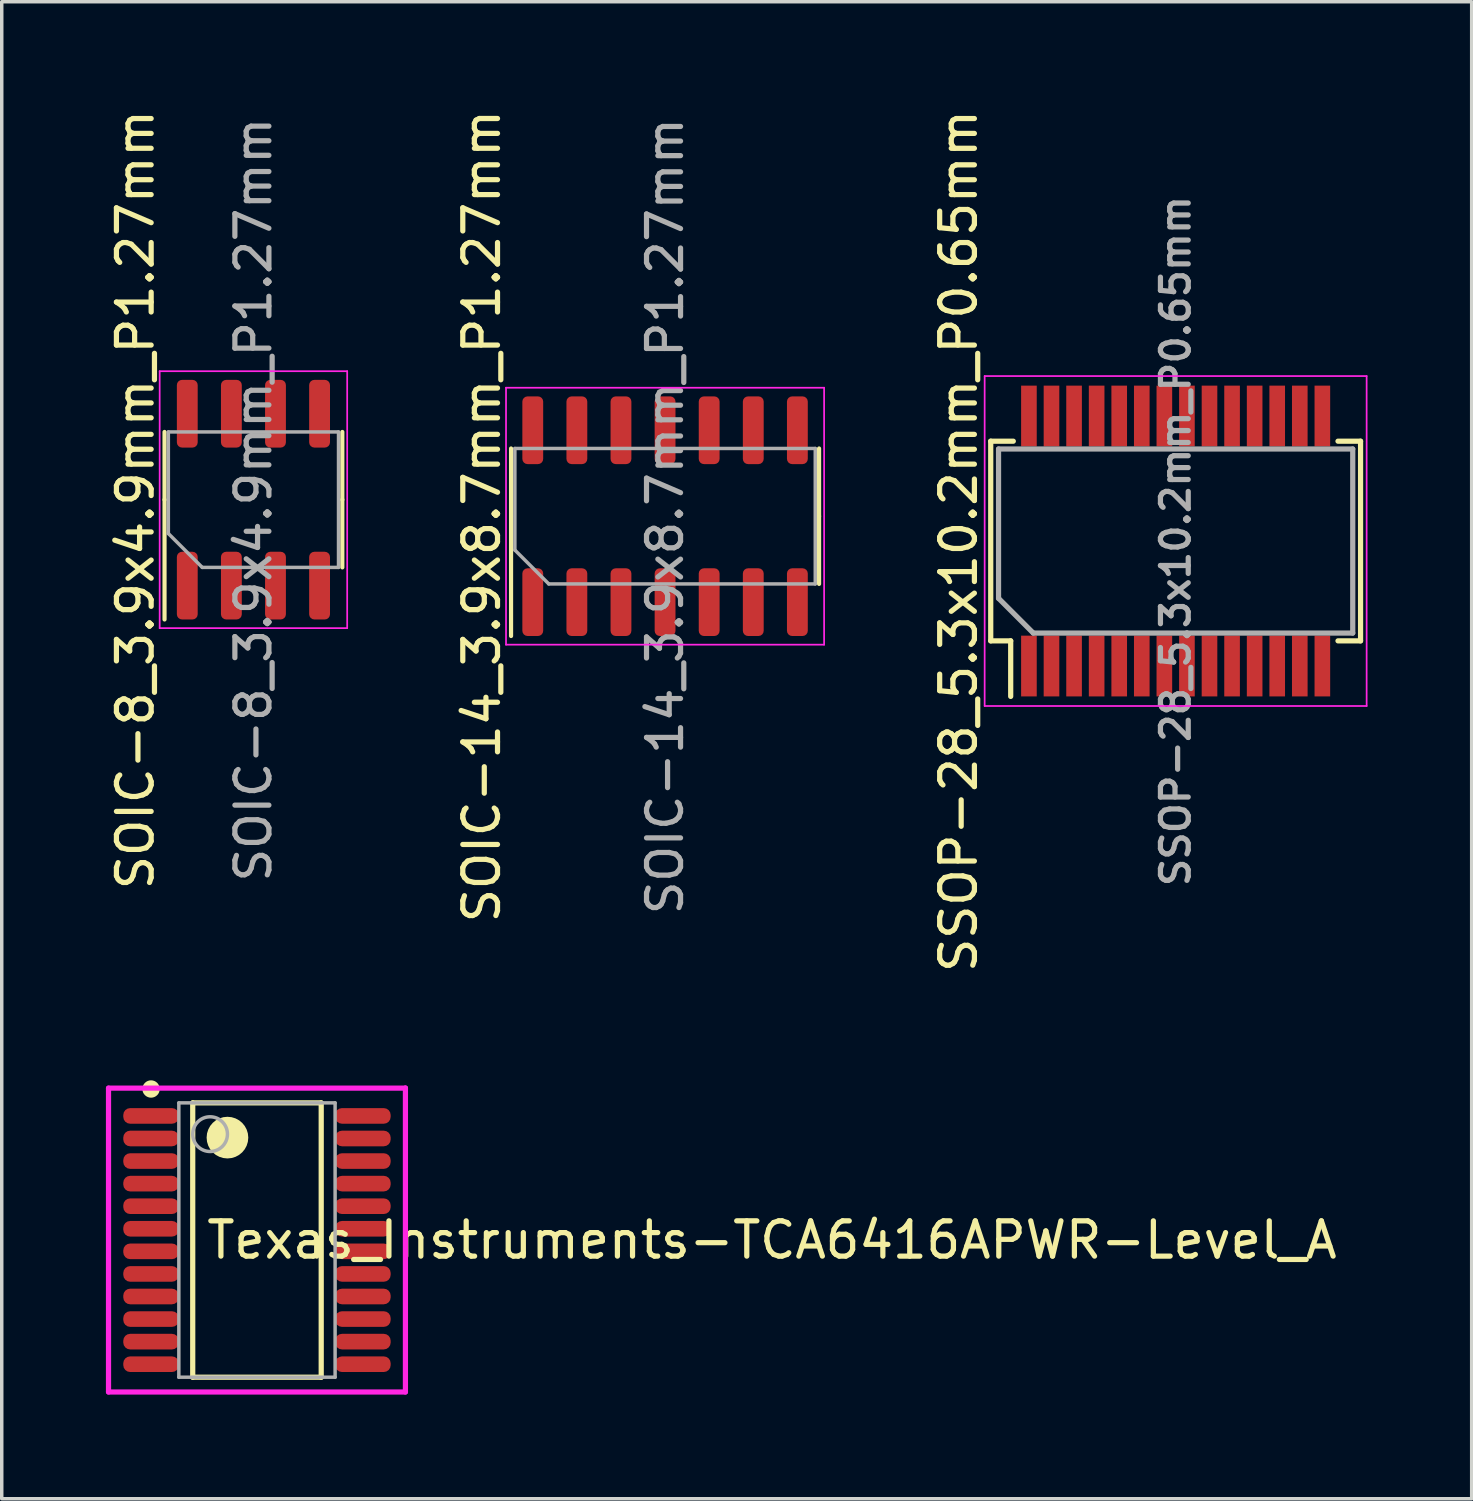
<source format=kicad_pcb>
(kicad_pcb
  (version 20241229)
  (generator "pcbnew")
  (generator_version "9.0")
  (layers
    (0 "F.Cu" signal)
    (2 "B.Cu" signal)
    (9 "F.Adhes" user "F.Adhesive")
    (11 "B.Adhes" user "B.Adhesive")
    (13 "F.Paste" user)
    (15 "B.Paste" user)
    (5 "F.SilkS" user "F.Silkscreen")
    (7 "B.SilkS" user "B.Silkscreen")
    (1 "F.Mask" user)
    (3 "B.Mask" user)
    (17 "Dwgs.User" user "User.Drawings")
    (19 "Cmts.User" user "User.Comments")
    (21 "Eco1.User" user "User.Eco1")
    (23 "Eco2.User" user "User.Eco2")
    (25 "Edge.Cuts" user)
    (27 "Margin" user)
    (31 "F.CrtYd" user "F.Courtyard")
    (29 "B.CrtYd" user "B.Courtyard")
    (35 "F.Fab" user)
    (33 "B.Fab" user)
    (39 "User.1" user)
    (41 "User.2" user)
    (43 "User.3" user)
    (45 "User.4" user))
  (footprint "Texas_Instruments-TCA6416APWR-Level_A"
    (layer "F.Cu")
    (at 4.35 32.66)
    (property "Reference" "Texas_Instruments-TCA6416APWR-Level_A" (at -1.524 0 0) (layer "F.SilkS") (effects (font (size 1.016 1.016) (thickness 0.15)) (justify left)))
    (attr through_hole)
    (fp_line (start -1.85 -3.95) (end 1.85 -3.95) (stroke (width 0.15) (type solid)) (layer "F.SilkS"))
    (fp_line (start -1.85 3.95) (end -1.85 -3.95) (stroke (width 0.15) (type solid)) (layer "F.SilkS"))
    (fp_line (start -1.85 3.95) (end 1.85 3.95) (stroke (width 0.15) (type solid)) (layer "F.SilkS"))
    (fp_line (start 1.85 3.95) (end 1.85 -3.95) (stroke (width 0.15) (type solid)) (layer "F.SilkS"))
    (fp_circle (center -3.05 -4.35) (end -2.925 -4.35) (stroke (width 0.25) (type solid)) (fill no) (layer "F.SilkS"))
    (fp_circle (center -0.85 -2.95) (end -0.55 -2.95) (stroke (width 0.6) (type solid)) (fill no) (layer "F.SilkS"))
    (fp_line (start -4.275 -4.375) (end -4.275 4.375) (stroke (width 0.15) (type solid)) (layer "F.CrtYd"))
    (fp_line (start -4.275 4.375) (end 4.275 4.375) (stroke (width 0.15) (type solid)) (layer "F.CrtYd"))
    (fp_line (start 4.275 -4.375) (end -4.275 -4.375) (stroke (width 0.15) (type solid)) (layer "F.CrtYd"))
    (fp_line (start 4.275 -4.375) (end 4.275 -4.375) (stroke (width 0.15) (type solid)) (layer "F.CrtYd"))
    (fp_line (start 4.275 4.375) (end 4.275 -4.375) (stroke (width 0.15) (type solid)) (layer "F.CrtYd"))
    (fp_line (start -2.25 -3.95) (end 2.25 -3.95) (stroke (width 0.1) (type solid)) (layer "F.Fab"))
    (fp_line (start -2.25 3.95) (end -2.25 -3.95) (stroke (width 0.1) (type solid)) (layer "F.Fab"))
    (fp_line (start -2.25 3.95) (end 2.25 3.95) (stroke (width 0.1) (type solid)) (layer "F.Fab"))
    (fp_line (start 2.25 3.95) (end 2.25 -3.95) (stroke (width 0.1) (type solid)) (layer "F.Fab"))
    (fp_circle (center -1.35 -3.05) (end -0.85 -3.05) (stroke (width 0.1) (type solid)) (fill no) (layer "F.Fab"))
    (pad "1" smd roundrect (at -3.05 -3.575 270) (size 0.45 1.6) (layers "F.Cu" "F.Mask" "F.Paste") (roundrect_rratio 0.44))
    (pad "2" smd roundrect (at -3.05 -2.925 270) (size 0.45 1.6) (layers "F.Cu" "F.Mask" "F.Paste") (roundrect_rratio 0.44))
    (pad "3" smd roundrect (at -3.05 -2.275 270) (size 0.45 1.6) (layers "F.Cu" "F.Mask" "F.Paste") (roundrect_rratio 0.44))
    (pad "4" smd roundrect (at -3.05 -1.625 270) (size 0.45 1.6) (layers "F.Cu" "F.Mask" "F.Paste") (roundrect_rratio 0.44))
    (pad "5" smd roundrect (at -3.05 -0.975 270) (size 0.45 1.6) (layers "F.Cu" "F.Mask" "F.Paste") (roundrect_rratio 0.44))
    (pad "6" smd roundrect (at -3.05 -0.325 270) (size 0.45 1.6) (layers "F.Cu" "F.Mask" "F.Paste") (roundrect_rratio 0.44))
    (pad "7" smd roundrect (at -3.05 0.325 270) (size 0.45 1.6) (layers "F.Cu" "F.Mask" "F.Paste") (roundrect_rratio 0.44))
    (pad "8" smd roundrect (at -3.05 0.975 270) (size 0.45 1.6) (layers "F.Cu" "F.Mask" "F.Paste") (roundrect_rratio 0.44))
    (pad "9" smd roundrect (at -3.05 1.625 270) (size 0.45 1.6) (layers "F.Cu" "F.Mask" "F.Paste") (roundrect_rratio 0.44))
    (pad "10" smd roundrect (at -3.05 2.275 270) (size 0.45 1.6) (layers "F.Cu" "F.Mask" "F.Paste") (roundrect_rratio 0.44))
    (pad "11" smd roundrect (at -3.05 2.925 270) (size 0.45 1.6) (layers "F.Cu" "F.Mask" "F.Paste") (roundrect_rratio 0.44))
    (pad "12" smd roundrect (at -3.05 3.575 270) (size 0.45 1.6) (layers "F.Cu" "F.Mask" "F.Paste") (roundrect_rratio 0.44))
    (pad "13" smd roundrect (at 3.05 3.575 270) (size 0.45 1.6) (layers "F.Cu" "F.Mask" "F.Paste") (roundrect_rratio 0.44))
    (pad "14" smd roundrect (at 3.05 2.925 270) (size 0.45 1.6) (layers "F.Cu" "F.Mask" "F.Paste") (roundrect_rratio 0.44))
    (pad "15" smd roundrect (at 3.05 2.275 270) (size 0.45 1.6) (layers "F.Cu" "F.Mask" "F.Paste") (roundrect_rratio 0.44))
    (pad "16" smd roundrect (at 3.05 1.625 270) (size 0.45 1.6) (layers "F.Cu" "F.Mask" "F.Paste") (roundrect_rratio 0.44))
    (pad "17" smd roundrect (at 3.05 0.975 270) (size 0.45 1.6) (layers "F.Cu" "F.Mask" "F.Paste") (roundrect_rratio 0.44))
    (pad "18" smd roundrect (at 3.05 0.325 270) (size 0.45 1.6) (layers "F.Cu" "F.Mask" "F.Paste") (roundrect_rratio 0.44))
    (pad "19" smd roundrect (at 3.05 -0.325 270) (size 0.45 1.6) (layers "F.Cu" "F.Mask" "F.Paste") (roundrect_rratio 0.44))
    (pad "20" smd roundrect (at 3.05 -0.975 270) (size 0.45 1.6) (layers "F.Cu" "F.Mask" "F.Paste") (roundrect_rratio 0.44))
    (pad "21" smd roundrect (at 3.05 -1.625 270) (size 0.45 1.6) (layers "F.Cu" "F.Mask" "F.Paste") (roundrect_rratio 0.44))
    (pad "22" smd roundrect (at 3.05 -2.275 270) (size 0.45 1.6) (layers "F.Cu" "F.Mask" "F.Paste") (roundrect_rratio 0.44))
    (pad "23" smd roundrect (at 3.05 -2.925 270) (size 0.45 1.6) (layers "F.Cu" "F.Mask" "F.Paste") (roundrect_rratio 0.44))
    (pad "24" smd roundrect (at 3.05 -3.575 270) (size 0.45 1.6) (layers "F.Cu" "F.Mask" "F.Paste") (roundrect_rratio 0.44)))
  (footprint "SOIC-8_3.9x4.9mm_P1.27mm"
    (layer "F.Cu")
    (at 4.248 11.339)
    (property "Reference" "SOIC-8_3.9x4.9mm_P1.27mm" (at -3.4 0 90) (layer "F.SilkS") (effects (font (size 1 1) (thickness 0.15))))
    (attr smd)
    (fp_line (start -2.56 0) (end -2.56 -1.95) (stroke (width 0.12) (type solid)) (layer "F.SilkS"))
    (fp_line (start -2.56 0) (end -2.56 3.45) (stroke (width 0.12) (type solid)) (layer "F.SilkS"))
    (fp_line (start 2.56 0) (end 2.56 -1.95) (stroke (width 0.12) (type solid)) (layer "F.SilkS"))
    (fp_line (start 2.56 0) (end 2.56 1.95) (stroke (width 0.12) (type solid)) (layer "F.SilkS"))
    (fp_line (start -2.7 -3.7) (end -2.7 3.7) (stroke (width 0.05) (type solid)) (layer "F.CrtYd"))
    (fp_line (start -2.7 3.7) (end 2.7 3.7) (stroke (width 0.05) (type solid)) (layer "F.CrtYd"))
    (fp_line (start 2.7 -3.7) (end -2.7 -3.7) (stroke (width 0.05) (type solid)) (layer "F.CrtYd"))
    (fp_line (start 2.7 3.7) (end 2.7 -3.7) (stroke (width 0.05) (type solid)) (layer "F.CrtYd"))
    (fp_line (start -2.45 -1.95) (end 2.45 -1.95) (stroke (width 0.1) (type solid)) (layer "F.Fab"))
    (fp_line (start -2.45 0.975) (end -2.45 -1.95) (stroke (width 0.1) (type solid)) (layer "F.Fab"))
    (fp_line (start -1.475 1.95) (end -2.45 0.975) (stroke (width 0.1) (type solid)) (layer "F.Fab"))
    (fp_line (start 2.45 -1.95) (end 2.45 1.95) (stroke (width 0.1) (type solid)) (layer "F.Fab"))
    (fp_line (start 2.45 1.95) (end -1.475 1.95) (stroke (width 0.1) (type solid)) (layer "F.Fab"))
    (fp_text user "${REFERENCE}" (at 0 0 90) (layer "F.Fab") (effects (font (size 0.98 0.98) (thickness 0.15))))
    (pad "1" smd roundrect (at -1.905 2.475 90) (size 1.95 0.6) (layers "F.Cu" "F.Mask" "F.Paste") (roundrect_rratio 0.25))
    (pad "2" smd roundrect (at -0.635 2.475 90) (size 1.95 0.6) (layers "F.Cu" "F.Mask" "F.Paste") (roundrect_rratio 0.25))
    (pad "3" smd roundrect (at 0.635 2.475 90) (size 1.95 0.6) (layers "F.Cu" "F.Mask" "F.Paste") (roundrect_rratio 0.25))
    (pad "4" smd roundrect (at 1.905 2.475 90) (size 1.95 0.6) (layers "F.Cu" "F.Mask" "F.Paste") (roundrect_rratio 0.25))
    (pad "5" smd roundrect (at 1.905 -2.475 90) (size 1.95 0.6) (layers "F.Cu" "F.Mask" "F.Paste") (roundrect_rratio 0.25))
    (pad "6" smd roundrect (at 0.635 -2.475 90) (size 1.95 0.6) (layers "F.Cu" "F.Mask" "F.Paste") (roundrect_rratio 0.25))
    (pad "7" smd roundrect (at -0.635 -2.475 90) (size 1.95 0.6) (layers "F.Cu" "F.Mask" "F.Paste") (roundrect_rratio 0.25))
    (pad "8" smd roundrect (at -1.905 -2.475 90) (size 1.95 0.6) (layers "F.Cu" "F.Mask" "F.Paste") (roundrect_rratio 0.25)))
  (footprint "SOIC-14_3.9x8.7mm_P1.27mm"
    (layer "F.Cu")
    (at 16.102 11.815)
    (property "Reference" "SOIC-14_3.9x8.7mm_P1.27mm" (at -5.28 0 90) (layer "F.SilkS") (effects (font (size 1 1) (thickness 0.15))))
    (attr smd)
    (fp_line (start -4.435 0) (end -4.435 -1.95) (stroke (width 0.12) (type solid)) (layer "F.SilkS"))
    (fp_line (start -4.435 0) (end -4.435 3.45) (stroke (width 0.12) (type solid)) (layer "F.SilkS"))
    (fp_line (start 4.435 0) (end 4.435 -1.95) (stroke (width 0.12) (type solid)) (layer "F.SilkS"))
    (fp_line (start 4.435 0) (end 4.435 1.95) (stroke (width 0.12) (type solid)) (layer "F.SilkS"))
    (fp_line (start -4.58 -3.7) (end -4.58 3.7) (stroke (width 0.05) (type solid)) (layer "F.CrtYd"))
    (fp_line (start -4.58 3.7) (end 4.58 3.7) (stroke (width 0.05) (type solid)) (layer "F.CrtYd"))
    (fp_line (start 4.58 -3.7) (end -4.58 -3.7) (stroke (width 0.05) (type solid)) (layer "F.CrtYd"))
    (fp_line (start 4.58 3.7) (end 4.58 -3.7) (stroke (width 0.05) (type solid)) (layer "F.CrtYd"))
    (fp_line (start -4.325 -1.95) (end 4.325 -1.95) (stroke (width 0.1) (type solid)) (layer "F.Fab"))
    (fp_line (start -4.325 0.975) (end -4.325 -1.95) (stroke (width 0.1) (type solid)) (layer "F.Fab"))
    (fp_line (start -3.35 1.95) (end -4.325 0.975) (stroke (width 0.1) (type solid)) (layer "F.Fab"))
    (fp_line (start 4.325 -1.95) (end 4.325 1.95) (stroke (width 0.1) (type solid)) (layer "F.Fab"))
    (fp_line (start 4.325 1.95) (end -3.35 1.95) (stroke (width 0.1) (type solid)) (layer "F.Fab"))
    (fp_text user "${REFERENCE}" (at 0 0 90) (layer "F.Fab") (effects (font (size 0.98 0.98) (thickness 0.15))))
    (pad "1" smd roundrect (at -3.81 2.475 90) (size 1.95 0.6) (layers "F.Cu" "F.Mask" "F.Paste") (roundrect_rratio 0.25))
    (pad "2" smd roundrect (at -2.54 2.475 90) (size 1.95 0.6) (layers "F.Cu" "F.Mask" "F.Paste") (roundrect_rratio 0.25))
    (pad "3" smd roundrect (at -1.27 2.475 90) (size 1.95 0.6) (layers "F.Cu" "F.Mask" "F.Paste") (roundrect_rratio 0.25))
    (pad "4" smd roundrect (at 0 2.475 90) (size 1.95 0.6) (layers "F.Cu" "F.Mask" "F.Paste") (roundrect_rratio 0.25))
    (pad "5" smd roundrect (at 1.27 2.475 90) (size 1.95 0.6) (layers "F.Cu" "F.Mask" "F.Paste") (roundrect_rratio 0.25))
    (pad "6" smd roundrect (at 2.54 2.475 90) (size 1.95 0.6) (layers "F.Cu" "F.Mask" "F.Paste") (roundrect_rratio 0.25))
    (pad "7" smd roundrect (at 3.81 2.475 90) (size 1.95 0.6) (layers "F.Cu" "F.Mask" "F.Paste") (roundrect_rratio 0.25))
    (pad "8" smd roundrect (at 3.81 -2.475 90) (size 1.95 0.6) (layers "F.Cu" "F.Mask" "F.Paste") (roundrect_rratio 0.25))
    (pad "9" smd roundrect (at 2.54 -2.475 90) (size 1.95 0.6) (layers "F.Cu" "F.Mask" "F.Paste") (roundrect_rratio 0.25))
    (pad "10" smd roundrect (at 1.27 -2.475 90) (size 1.95 0.6) (layers "F.Cu" "F.Mask" "F.Paste") (roundrect_rratio 0.25))
    (pad "11" smd roundrect (at 0 -2.475 90) (size 1.95 0.6) (layers "F.Cu" "F.Mask" "F.Paste") (roundrect_rratio 0.25))
    (pad "12" smd roundrect (at -1.27 -2.475 90) (size 1.95 0.6) (layers "F.Cu" "F.Mask" "F.Paste") (roundrect_rratio 0.25))
    (pad "13" smd roundrect (at -2.54 -2.475 90) (size 1.95 0.6) (layers "F.Cu" "F.Mask" "F.Paste") (roundrect_rratio 0.25))
    (pad "14" smd roundrect (at -3.81 -2.475 90) (size 1.95 0.6) (layers "F.Cu" "F.Mask" "F.Paste") (roundrect_rratio 0.25)))
  (footprint "SSOP-28_5.3x10.2mm_P0.65mm"
    (layer "F.Cu")
    (at 30.805 12.53)
    (property "Reference" "SSOP-28_5.3x10.2mm_P0.65mm" (at -6.25 0 90) (layer "F.SilkS") (effects (font (size 1 1) (thickness 0.15))))
    (attr smd)
    (fp_line (start -5.325 -2.875) (end -4.675 -2.875) (stroke (width 0.15) (type solid)) (layer "F.SilkS"))
    (fp_line (start -5.325 2.875) (end -5.325 -2.875) (stroke (width 0.15) (type solid)) (layer "F.SilkS"))
    (fp_line (start -5.325 2.875) (end -4.75 2.875) (stroke (width 0.15) (type solid)) (layer "F.SilkS"))
    (fp_line (start -4.75 2.875) (end -4.75 4.475) (stroke (width 0.15) (type solid)) (layer "F.SilkS"))
    (fp_line (start 5.325 -2.875) (end 4.675 -2.875) (stroke (width 0.15) (type solid)) (layer "F.SilkS"))
    (fp_line (start 5.325 2.875) (end 4.675 2.875) (stroke (width 0.15) (type solid)) (layer "F.SilkS"))
    (fp_line (start 5.325 2.875) (end 5.325 -2.875) (stroke (width 0.15) (type solid)) (layer "F.SilkS"))
    (fp_line (start -5.5 -4.75) (end 5.5 -4.75) (stroke (width 0.05) (type solid)) (layer "F.CrtYd"))
    (fp_line (start -5.5 4.75) (end -5.5 -4.75) (stroke (width 0.05) (type solid)) (layer "F.CrtYd"))
    (fp_line (start -5.5 4.75) (end 5.5 4.75) (stroke (width 0.05) (type solid)) (layer "F.CrtYd"))
    (fp_line (start 5.5 4.75) (end 5.5 -4.75) (stroke (width 0.05) (type solid)) (layer "F.CrtYd"))
    (fp_line (start -5.1 -2.65) (end 5.1 -2.65) (stroke (width 0.15) (type solid)) (layer "F.Fab"))
    (fp_line (start -5.1 1.65) (end -5.1 -2.65) (stroke (width 0.15) (type solid)) (layer "F.Fab"))
    (fp_line (start -4.1 2.65) (end -5.1 1.65) (stroke (width 0.15) (type solid)) (layer "F.Fab"))
    (fp_line (start 5.1 -2.65) (end 5.1 2.65) (stroke (width 0.15) (type solid)) (layer "F.Fab"))
    (fp_line (start 5.1 2.65) (end -4.1 2.65) (stroke (width 0.15) (type solid)) (layer "F.Fab"))
    (fp_text user "${REFERENCE}" (at 0 0 270) (layer "F.Fab") (effects (font (size 0.8 0.8) (thickness 0.15))))
    (pad "1" smd rect (at -4.225 3.6 90) (size 1.75 0.45) (layers "F.Cu" "F.Mask" "F.Paste"))
    (pad "2" smd rect (at -3.575 3.6 90) (size 1.75 0.45) (layers "F.Cu" "F.Mask" "F.Paste"))
    (pad "3" smd rect (at -2.925 3.6 90) (size 1.75 0.45) (layers "F.Cu" "F.Mask" "F.Paste"))
    (pad "4" smd rect (at -2.275 3.6 90) (size 1.75 0.45) (layers "F.Cu" "F.Mask" "F.Paste"))
    (pad "5" smd rect (at -1.625 3.6 90) (size 1.75 0.45) (layers "F.Cu" "F.Mask" "F.Paste"))
    (pad "6" smd rect (at -0.975 3.6 90) (size 1.75 0.45) (layers "F.Cu" "F.Mask" "F.Paste"))
    (pad "7" smd rect (at -0.325 3.6 90) (size 1.75 0.45) (layers "F.Cu" "F.Mask" "F.Paste"))
    (pad "8" smd rect (at 0.325 3.6 90) (size 1.75 0.45) (layers "F.Cu" "F.Mask" "F.Paste"))
    (pad "9" smd rect (at 0.975 3.6 90) (size 1.75 0.45) (layers "F.Cu" "F.Mask" "F.Paste"))
    (pad "10" smd rect (at 1.625 3.6 90) (size 1.75 0.45) (layers "F.Cu" "F.Mask" "F.Paste"))
    (pad "11" smd rect (at 2.275 3.6 90) (size 1.75 0.45) (layers "F.Cu" "F.Mask" "F.Paste"))
    (pad "12" smd rect (at 2.925 3.6 90) (size 1.75 0.45) (layers "F.Cu" "F.Mask" "F.Paste"))
    (pad "13" smd rect (at 3.575 3.6 90) (size 1.75 0.45) (layers "F.Cu" "F.Mask" "F.Paste"))
    (pad "14" smd rect (at 4.225 3.6 90) (size 1.75 0.45) (layers "F.Cu" "F.Mask" "F.Paste"))
    (pad "15" smd rect (at 4.225 -3.6 90) (size 1.75 0.45) (layers "F.Cu" "F.Mask" "F.Paste"))
    (pad "16" smd rect (at 3.575 -3.6 90) (size 1.75 0.45) (layers "F.Cu" "F.Mask" "F.Paste"))
    (pad "17" smd rect (at 2.925 -3.6 90) (size 1.75 0.45) (layers "F.Cu" "F.Mask" "F.Paste"))
    (pad "18" smd rect (at 2.275 -3.6 90) (size 1.75 0.45) (layers "F.Cu" "F.Mask" "F.Paste"))
    (pad "19" smd rect (at 1.625 -3.6 90) (size 1.75 0.45) (layers "F.Cu" "F.Mask" "F.Paste"))
    (pad "20" smd rect (at 0.975 -3.6 90) (size 1.75 0.45) (layers "F.Cu" "F.Mask" "F.Paste"))
    (pad "21" smd rect (at 0.325 -3.6 90) (size 1.75 0.45) (layers "F.Cu" "F.Mask" "F.Paste"))
    (pad "22" smd rect (at -0.325 -3.6 90) (size 1.75 0.45) (layers "F.Cu" "F.Mask" "F.Paste"))
    (pad "23" smd rect (at -0.975 -3.6 90) (size 1.75 0.45) (layers "F.Cu" "F.Mask" "F.Paste"))
    (pad "24" smd rect (at -1.625 -3.6 90) (size 1.75 0.45) (layers "F.Cu" "F.Mask" "F.Paste"))
    (pad "25" smd rect (at -2.275 -3.6 90) (size 1.75 0.45) (layers "F.Cu" "F.Mask" "F.Paste"))
    (pad "26" smd rect (at -2.925 -3.6 90) (size 1.75 0.45) (layers "F.Cu" "F.Mask" "F.Paste"))
    (pad "27" smd rect (at -3.575 -3.6 90) (size 1.75 0.45) (layers "F.Cu" "F.Mask" "F.Paste"))
    (pad "28" smd rect (at -4.225 -3.6 90) (size 1.75 0.45) (layers "F.Cu" "F.Mask" "F.Paste")))
  (gr_rect
    (start -3 -3)
    (end 39.33 40.11)
    (stroke (width 0.1) (type default))
    (fill no)
    (layer "Edge.Cuts")))
</source>
